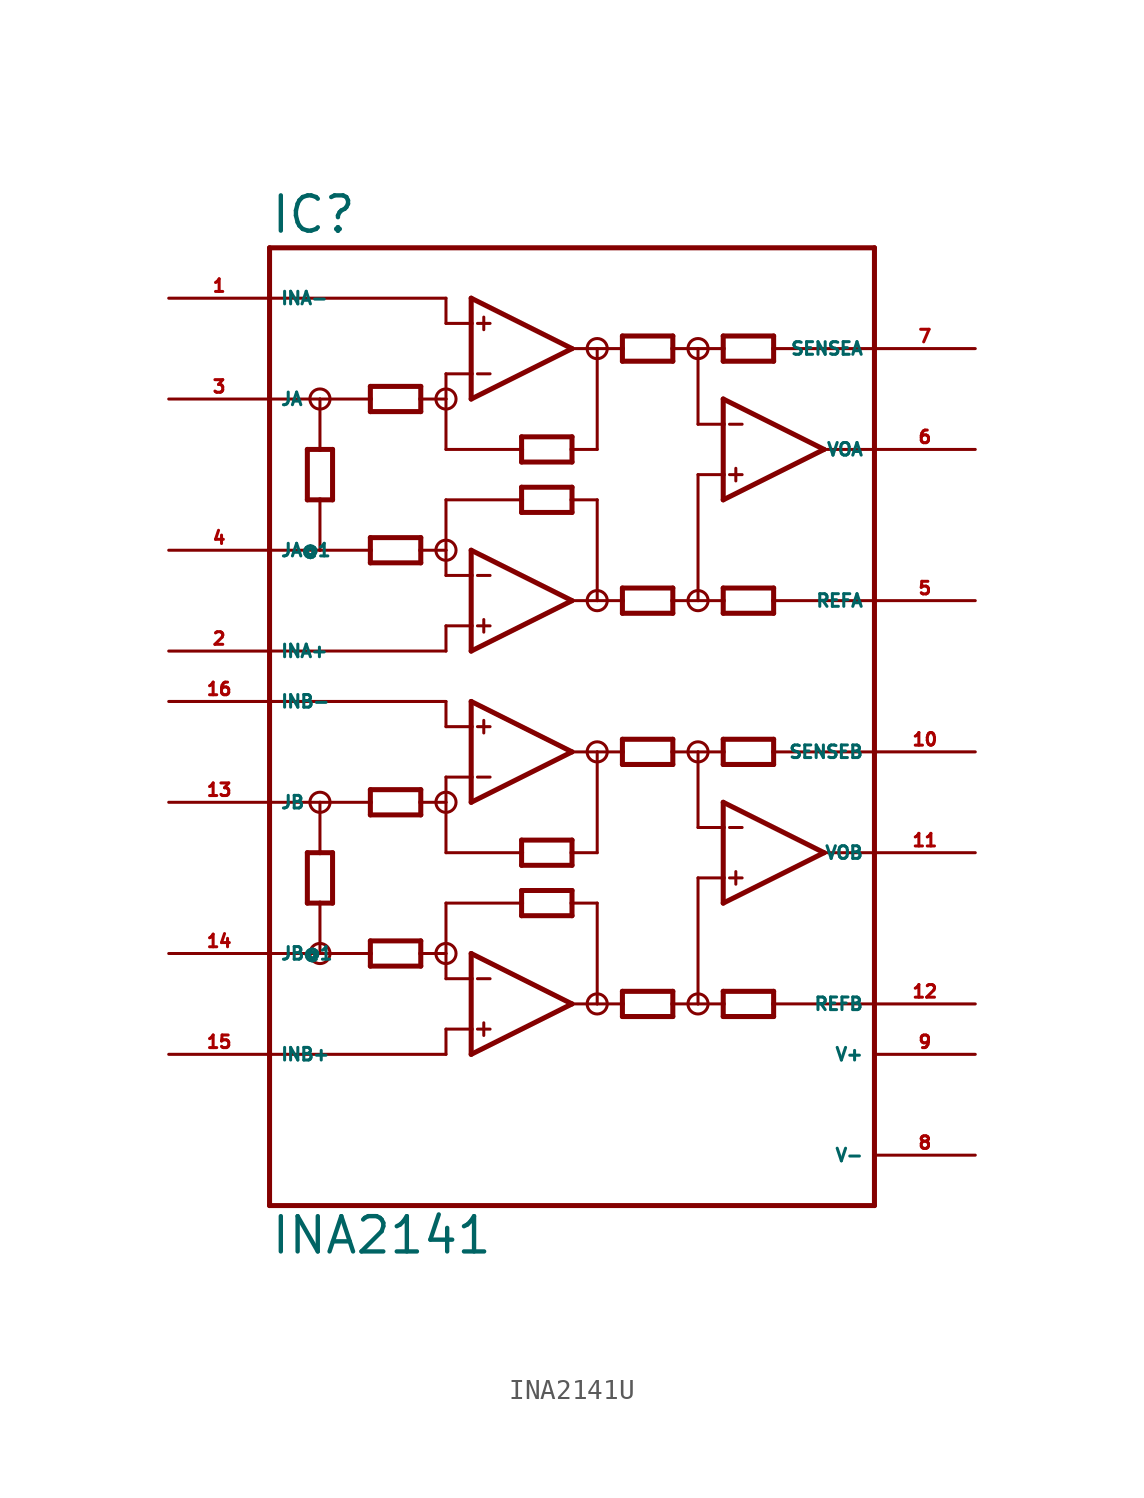
<source format=kicad_sym>
(kicad_symbol_lib
  (version 20220914)
  (generator Eagle2Kicad)
  (symbol "INA2141U"
    (property "Reference" "IC"
      (at -17.78 23.495 0)
      (effects (font (size 1.778 1.778) (thickness 0.22)) (justify left bottom)))
    (property "Value" "INA2141"
      (at -17.78 -27.94 0)
      (effects (font (size 1.778 1.778) (thickness 0.22)) (justify left bottom)))
    (polyline
      (pts (xy -7.62 15.24) (xy -7.62 16.51))
      (stroke (width 0.254) (type default))
      (fill (type none)))
    (polyline
      (pts (xy -7.62 16.51) (xy -7.62 19.05))
      (stroke (width 0.254) (type default))
      (fill (type none)))
    (polyline
      (pts (xy -7.62 19.05) (xy -7.62 20.32))
      (stroke (width 0.254) (type default))
      (fill (type none)))
    (polyline
      (pts (xy -7.62 20.32) (xy -2.54 17.78))
      (stroke (width 0.254) (type default))
      (fill (type none)))
    (polyline
      (pts (xy -2.54 17.78) (xy -7.62 15.24))
      (stroke (width 0.254) (type default))
      (fill (type none)))
    (polyline
      (pts (xy -2.54 12.065) (xy -2.54 12.7))
      (stroke (width 0.254) (type default))
      (fill (type none)))
    (polyline
      (pts (xy -2.54 12.7) (xy -2.54 13.335))
      (stroke (width 0.254) (type default))
      (fill (type none)))
    (polyline
      (pts (xy -2.54 13.335) (xy -5.08 13.335))
      (stroke (width 0.254) (type default))
      (fill (type none)))
    (polyline
      (pts (xy -5.08 13.335) (xy -5.08 12.7))
      (stroke (width 0.254) (type default))
      (fill (type none)))
    (polyline
      (pts (xy -5.08 12.7) (xy -5.08 12.065))
      (stroke (width 0.254) (type default))
      (fill (type none)))
    (polyline
      (pts (xy -5.08 12.065) (xy -2.54 12.065))
      (stroke (width 0.254) (type default))
      (fill (type none)))
    (polyline
      (pts (xy 0 17.145) (xy 0 17.78))
      (stroke (width 0.254) (type default))
      (fill (type none)))
    (polyline
      (pts (xy 0 17.78) (xy 0 18.415))
      (stroke (width 0.254) (type default))
      (fill (type none)))
    (polyline
      (pts (xy 0 18.415) (xy 2.54 18.415))
      (stroke (width 0.254) (type default))
      (fill (type none)))
    (polyline
      (pts (xy 2.54 18.415) (xy 2.54 17.78))
      (stroke (width 0.254) (type default))
      (fill (type none)))
    (polyline
      (pts (xy 2.54 17.78) (xy 2.54 17.145))
      (stroke (width 0.254) (type default))
      (fill (type none)))
    (polyline
      (pts (xy 2.54 17.145) (xy 0 17.145))
      (stroke (width 0.254) (type default))
      (fill (type none)))
    (polyline
      (pts (xy -7.62 19.05) (xy -8.89 19.05))
      (stroke (width 0.152) (type default))
      (fill (type none)))
    (polyline
      (pts (xy 7.62 18.415) (xy 7.62 17.78))
      (stroke (width 0.254) (type default))
      (fill (type none)))
    (polyline
      (pts (xy 7.62 17.78) (xy 7.62 17.145))
      (stroke (width 0.254) (type default))
      (fill (type none)))
    (polyline
      (pts (xy 7.62 17.145) (xy 5.08 17.145))
      (stroke (width 0.254) (type default))
      (fill (type none)))
    (polyline
      (pts (xy 5.08 17.145) (xy 5.08 17.78))
      (stroke (width 0.254) (type default))
      (fill (type none)))
    (polyline
      (pts (xy 5.08 17.78) (xy 5.08 18.415))
      (stroke (width 0.254) (type default))
      (fill (type none)))
    (polyline
      (pts (xy 5.08 18.415) (xy 7.62 18.415))
      (stroke (width 0.254) (type default))
      (fill (type none)))
    (polyline
      (pts (xy 5.08 5.715) (xy 5.08 5.08))
      (stroke (width 0.254) (type default))
      (fill (type none)))
    (polyline
      (pts (xy 5.08 5.08) (xy 5.08 4.445))
      (stroke (width 0.254) (type default))
      (fill (type none)))
    (polyline
      (pts (xy 5.08 4.445) (xy 7.62 4.445))
      (stroke (width 0.254) (type default))
      (fill (type none)))
    (polyline
      (pts (xy 7.62 4.445) (xy 7.62 5.08))
      (stroke (width 0.254) (type default))
      (fill (type none)))
    (polyline
      (pts (xy 7.62 5.08) (xy 7.62 5.715))
      (stroke (width 0.254) (type default))
      (fill (type none)))
    (polyline
      (pts (xy 7.62 5.715) (xy 5.08 5.715))
      (stroke (width 0.254) (type default))
      (fill (type none)))
    (polyline
      (pts (xy -7.62 16.51) (xy -8.89 16.51))
      (stroke (width 0.152) (type default))
      (fill (type none)))
    (polyline
      (pts (xy -7.303 19.05) (xy -6.668 19.05))
      (stroke (width 0.152) (type default))
      (fill (type none)))
    (polyline
      (pts (xy -7.303 16.51) (xy -6.668 16.51))
      (stroke (width 0.152) (type default))
      (fill (type none)))
    (polyline
      (pts (xy -6.985 19.367) (xy -6.985 18.733))
      (stroke (width 0.152) (type default))
      (fill (type none)))
    (polyline
      (pts (xy -7.62 2.54) (xy -7.62 3.81))
      (stroke (width 0.254) (type default))
      (fill (type none)))
    (polyline
      (pts (xy -7.62 3.81) (xy -7.62 6.35))
      (stroke (width 0.254) (type default))
      (fill (type none)))
    (polyline
      (pts (xy -7.62 6.35) (xy -7.62 7.62))
      (stroke (width 0.254) (type default))
      (fill (type none)))
    (polyline
      (pts (xy -7.62 7.62) (xy -2.54 5.08))
      (stroke (width 0.254) (type default))
      (fill (type none)))
    (polyline
      (pts (xy -2.54 5.08) (xy -7.62 2.54))
      (stroke (width 0.254) (type default))
      (fill (type none)))
    (polyline
      (pts (xy 2.54 4.445) (xy 2.54 5.08))
      (stroke (width 0.254) (type default))
      (fill (type none)))
    (polyline
      (pts (xy 2.54 5.08) (xy 2.54 5.715))
      (stroke (width 0.254) (type default))
      (fill (type none)))
    (polyline
      (pts (xy 2.54 5.715) (xy 0 5.715))
      (stroke (width 0.254) (type default))
      (fill (type none)))
    (polyline
      (pts (xy 0 5.715) (xy 0 5.08))
      (stroke (width 0.254) (type default))
      (fill (type none)))
    (polyline
      (pts (xy 0 5.08) (xy 0 4.445))
      (stroke (width 0.254) (type default))
      (fill (type none)))
    (polyline
      (pts (xy 0 4.445) (xy 2.54 4.445))
      (stroke (width 0.254) (type default))
      (fill (type none)))
    (polyline
      (pts (xy -5.08 9.525) (xy -5.08 10.16))
      (stroke (width 0.254) (type default))
      (fill (type none)))
    (polyline
      (pts (xy -5.08 10.16) (xy -5.08 10.795))
      (stroke (width 0.254) (type default))
      (fill (type none)))
    (polyline
      (pts (xy -5.08 10.795) (xy -2.54 10.795))
      (stroke (width 0.254) (type default))
      (fill (type none)))
    (polyline
      (pts (xy -2.54 10.795) (xy -2.54 10.16))
      (stroke (width 0.254) (type default))
      (fill (type none)))
    (polyline
      (pts (xy -2.54 10.16) (xy -2.54 9.525))
      (stroke (width 0.254) (type default))
      (fill (type none)))
    (polyline
      (pts (xy -2.54 9.525) (xy -5.08 9.525))
      (stroke (width 0.254) (type default))
      (fill (type none)))
    (polyline
      (pts (xy -7.62 6.35) (xy -8.89 6.35))
      (stroke (width 0.152) (type default))
      (fill (type none)))
    (polyline
      (pts (xy -7.62 3.81) (xy -8.89 3.81))
      (stroke (width 0.152) (type default))
      (fill (type none)))
    (polyline
      (pts (xy -7.303 6.35) (xy -6.668 6.35))
      (stroke (width 0.152) (type default))
      (fill (type none)))
    (polyline
      (pts (xy -7.303 3.81) (xy -6.668 3.81))
      (stroke (width 0.152) (type default))
      (fill (type none)))
    (polyline
      (pts (xy -6.985 4.128) (xy -6.985 3.493))
      (stroke (width 0.152) (type default))
      (fill (type none)))
    (polyline
      (pts (xy -8.89 19.05) (xy -8.89 20.32))
      (stroke (width 0.152) (type default))
      (fill (type none)))
    (polyline
      (pts (xy -8.89 20.32) (xy -17.78 20.32))
      (stroke (width 0.152) (type default))
      (fill (type none)))
    (polyline
      (pts (xy 5.08 10.16) (xy 5.08 11.43))
      (stroke (width 0.254) (type default))
      (fill (type none)))
    (polyline
      (pts (xy 5.08 11.43) (xy 5.08 13.97))
      (stroke (width 0.254) (type default))
      (fill (type none)))
    (polyline
      (pts (xy 5.08 13.97) (xy 5.08 15.24))
      (stroke (width 0.254) (type default))
      (fill (type none)))
    (polyline
      (pts (xy 5.08 15.24) (xy 10.16 12.7))
      (stroke (width 0.254) (type default))
      (fill (type none)))
    (polyline
      (pts (xy 10.16 12.7) (xy 5.08 10.16))
      (stroke (width 0.254) (type default))
      (fill (type none)))
    (polyline
      (pts (xy 5.08 11.43) (xy 3.81 11.43))
      (stroke (width 0.152) (type default))
      (fill (type none)))
    (polyline
      (pts (xy 5.397 13.97) (xy 6.032 13.97))
      (stroke (width 0.152) (type default))
      (fill (type none)))
    (polyline
      (pts (xy 5.397 11.43) (xy 6.032 11.43))
      (stroke (width 0.152) (type default))
      (fill (type none)))
    (polyline
      (pts (xy 5.715 11.748) (xy 5.715 11.113))
      (stroke (width 0.152) (type default))
      (fill (type none)))
    (polyline
      (pts (xy -2.54 17.78) (xy -1.27 17.78))
      (stroke (width 0.152) (type default))
      (fill (type none)))
    (polyline
      (pts (xy -1.27 17.78) (xy 0 17.78))
      (stroke (width 0.152) (type default))
      (fill (type none)))
    (polyline
      (pts (xy 2.54 17.78) (xy 3.81 17.78))
      (stroke (width 0.152) (type default))
      (fill (type none)))
    (polyline
      (pts (xy 3.81 17.78) (xy 5.08 17.78))
      (stroke (width 0.152) (type default))
      (fill (type none)))
    (polyline
      (pts (xy 10.16 12.7) (xy 12.7 12.7))
      (stroke (width 0.152) (type default))
      (fill (type none)))
    (polyline
      (pts (xy -8.89 16.51) (xy -8.89 15.24))
      (stroke (width 0.152) (type default))
      (fill (type none)))
    (polyline
      (pts (xy -8.89 15.24) (xy -8.89 12.7))
      (stroke (width 0.152) (type default))
      (fill (type none)))
    (polyline
      (pts (xy -8.89 12.7) (xy -5.08 12.7))
      (stroke (width 0.152) (type default))
      (fill (type none)))
    (polyline
      (pts (xy -1.27 17.78) (xy -1.27 12.7))
      (stroke (width 0.152) (type default))
      (fill (type none)))
    (polyline
      (pts (xy -1.27 12.7) (xy -2.54 12.7))
      (stroke (width 0.152) (type default))
      (fill (type none)))
    (polyline
      (pts (xy 3.81 17.78) (xy 3.81 13.97))
      (stroke (width 0.152) (type default))
      (fill (type none)))
    (polyline
      (pts (xy 3.81 13.97) (xy 5.08 13.97))
      (stroke (width 0.152) (type default))
      (fill (type none)))
    (polyline
      (pts (xy -5.08 10.16) (xy -8.89 10.16))
      (stroke (width 0.152) (type default))
      (fill (type none)))
    (polyline
      (pts (xy -8.89 10.16) (xy -8.89 7.62))
      (stroke (width 0.152) (type default))
      (fill (type none)))
    (polyline
      (pts (xy -8.89 7.62) (xy -8.89 6.35))
      (stroke (width 0.152) (type default))
      (fill (type none)))
    (polyline
      (pts (xy -2.54 10.16) (xy -1.27 10.16))
      (stroke (width 0.152) (type default))
      (fill (type none)))
    (polyline
      (pts (xy -1.27 10.16) (xy -1.27 5.08))
      (stroke (width 0.152) (type default))
      (fill (type none)))
    (polyline
      (pts (xy -1.27 5.08) (xy -2.54 5.08))
      (stroke (width 0.152) (type default))
      (fill (type none)))
    (polyline
      (pts (xy -1.27 5.08) (xy 0 5.08))
      (stroke (width 0.152) (type default))
      (fill (type none)))
    (polyline
      (pts (xy 2.54 5.08) (xy 3.81 5.08))
      (stroke (width 0.152) (type default))
      (fill (type none)))
    (polyline
      (pts (xy 3.81 5.08) (xy 5.08 5.08))
      (stroke (width 0.152) (type default))
      (fill (type none)))
    (polyline
      (pts (xy -8.89 3.81) (xy -8.89 2.54))
      (stroke (width 0.152) (type default))
      (fill (type none)))
    (polyline
      (pts (xy -8.89 2.54) (xy -17.78 2.54))
      (stroke (width 0.152) (type default))
      (fill (type none)))
    (polyline
      (pts (xy 3.81 11.43) (xy 3.81 5.08))
      (stroke (width 0.152) (type default))
      (fill (type none)))
    (polyline
      (pts (xy 7.62 5.08) (xy 12.7 5.08))
      (stroke (width 0.152) (type default))
      (fill (type none)))
    (polyline
      (pts (xy -10.16 14.605) (xy -10.16 15.24))
      (stroke (width 0.254) (type default))
      (fill (type none)))
    (polyline
      (pts (xy -10.16 15.24) (xy -10.16 15.875))
      (stroke (width 0.254) (type default))
      (fill (type none)))
    (polyline
      (pts (xy -10.16 15.875) (xy -12.7 15.875))
      (stroke (width 0.254) (type default))
      (fill (type none)))
    (polyline
      (pts (xy -12.7 15.875) (xy -12.7 15.24))
      (stroke (width 0.254) (type default))
      (fill (type none)))
    (polyline
      (pts (xy -12.7 15.24) (xy -12.7 14.605))
      (stroke (width 0.254) (type default))
      (fill (type none)))
    (polyline
      (pts (xy -12.7 14.605) (xy -10.16 14.605))
      (stroke (width 0.254) (type default))
      (fill (type none)))
    (polyline
      (pts (xy -10.16 6.985) (xy -10.16 7.62))
      (stroke (width 0.254) (type default))
      (fill (type none)))
    (polyline
      (pts (xy -10.16 7.62) (xy -10.16 8.255))
      (stroke (width 0.254) (type default))
      (fill (type none)))
    (polyline
      (pts (xy -10.16 8.255) (xy -12.7 8.255))
      (stroke (width 0.254) (type default))
      (fill (type none)))
    (polyline
      (pts (xy -12.7 8.255) (xy -12.7 7.62))
      (stroke (width 0.254) (type default))
      (fill (type none)))
    (polyline
      (pts (xy -12.7 7.62) (xy -12.7 6.985))
      (stroke (width 0.254) (type default))
      (fill (type none)))
    (polyline
      (pts (xy -12.7 6.985) (xy -10.16 6.985))
      (stroke (width 0.254) (type default))
      (fill (type none)))
    (polyline
      (pts (xy -8.89 7.62) (xy -10.16 7.62))
      (stroke (width 0.152) (type default))
      (fill (type none)))
    (polyline
      (pts (xy -14.605 12.7) (xy -15.24 12.7))
      (stroke (width 0.254) (type default))
      (fill (type none)))
    (polyline
      (pts (xy -15.24 12.7) (xy -15.875 12.7))
      (stroke (width 0.254) (type default))
      (fill (type none)))
    (polyline
      (pts (xy -15.875 12.7) (xy -15.875 10.16))
      (stroke (width 0.254) (type default))
      (fill (type none)))
    (polyline
      (pts (xy -15.875 10.16) (xy -15.24 10.16))
      (stroke (width 0.254) (type default))
      (fill (type none)))
    (polyline
      (pts (xy -15.24 10.16) (xy -14.605 10.16))
      (stroke (width 0.254) (type default))
      (fill (type none)))
    (polyline
      (pts (xy -14.605 10.16) (xy -14.605 12.7))
      (stroke (width 0.254) (type default))
      (fill (type none)))
    (polyline
      (pts (xy -15.24 7.62) (xy -15.24 10.16))
      (stroke (width 0.152) (type default))
      (fill (type none)))
    (polyline
      (pts (xy -15.24 15.24) (xy -15.24 12.7))
      (stroke (width 0.152) (type default))
      (fill (type none)))
    (polyline
      (pts (xy -17.78 15.24) (xy -15.24 15.24))
      (stroke (width 0.152) (type default))
      (fill (type none)))
    (polyline
      (pts (xy -15.24 15.24) (xy -12.7 15.24))
      (stroke (width 0.152) (type default))
      (fill (type none)))
    (polyline
      (pts (xy -17.78 7.62) (xy -15.24 7.62))
      (stroke (width 0.152) (type default))
      (fill (type none)))
    (polyline
      (pts (xy -15.24 7.62) (xy -12.7 7.62))
      (stroke (width 0.152) (type default))
      (fill (type none)))
    (polyline
      (pts (xy -10.16 15.24) (xy -8.89 15.24))
      (stroke (width 0.152) (type default))
      (fill (type none)))
    (polyline
      (pts (xy -7.62 -5.08) (xy -7.62 -3.81))
      (stroke (width 0.254) (type default))
      (fill (type none)))
    (polyline
      (pts (xy -7.62 -3.81) (xy -7.62 -1.27))
      (stroke (width 0.254) (type default))
      (fill (type none)))
    (polyline
      (pts (xy -7.62 -1.27) (xy -7.62 0))
      (stroke (width 0.254) (type default))
      (fill (type none)))
    (polyline
      (pts (xy -7.62 0) (xy -2.54 -2.54))
      (stroke (width 0.254) (type default))
      (fill (type none)))
    (polyline
      (pts (xy -2.54 -2.54) (xy -7.62 -5.08))
      (stroke (width 0.254) (type default))
      (fill (type none)))
    (polyline
      (pts (xy -2.54 -8.255) (xy -2.54 -7.62))
      (stroke (width 0.254) (type default))
      (fill (type none)))
    (polyline
      (pts (xy -2.54 -7.62) (xy -2.54 -6.985))
      (stroke (width 0.254) (type default))
      (fill (type none)))
    (polyline
      (pts (xy -2.54 -6.985) (xy -5.08 -6.985))
      (stroke (width 0.254) (type default))
      (fill (type none)))
    (polyline
      (pts (xy -5.08 -6.985) (xy -5.08 -7.62))
      (stroke (width 0.254) (type default))
      (fill (type none)))
    (polyline
      (pts (xy -5.08 -7.62) (xy -5.08 -8.255))
      (stroke (width 0.254) (type default))
      (fill (type none)))
    (polyline
      (pts (xy -5.08 -8.255) (xy -2.54 -8.255))
      (stroke (width 0.254) (type default))
      (fill (type none)))
    (polyline
      (pts (xy 0 -3.175) (xy 0 -2.54))
      (stroke (width 0.254) (type default))
      (fill (type none)))
    (polyline
      (pts (xy 0 -2.54) (xy 0 -1.905))
      (stroke (width 0.254) (type default))
      (fill (type none)))
    (polyline
      (pts (xy 0 -1.905) (xy 2.54 -1.905))
      (stroke (width 0.254) (type default))
      (fill (type none)))
    (polyline
      (pts (xy 2.54 -1.905) (xy 2.54 -2.54))
      (stroke (width 0.254) (type default))
      (fill (type none)))
    (polyline
      (pts (xy 2.54 -2.54) (xy 2.54 -3.175))
      (stroke (width 0.254) (type default))
      (fill (type none)))
    (polyline
      (pts (xy 2.54 -3.175) (xy 0 -3.175))
      (stroke (width 0.254) (type default))
      (fill (type none)))
    (polyline
      (pts (xy -7.62 -1.27) (xy -8.89 -1.27))
      (stroke (width 0.152) (type default))
      (fill (type none)))
    (polyline
      (pts (xy 7.62 -1.905) (xy 7.62 -2.54))
      (stroke (width 0.254) (type default))
      (fill (type none)))
    (polyline
      (pts (xy 7.62 -2.54) (xy 7.62 -3.175))
      (stroke (width 0.254) (type default))
      (fill (type none)))
    (polyline
      (pts (xy 7.62 -3.175) (xy 5.08 -3.175))
      (stroke (width 0.254) (type default))
      (fill (type none)))
    (polyline
      (pts (xy 5.08 -3.175) (xy 5.08 -2.54))
      (stroke (width 0.254) (type default))
      (fill (type none)))
    (polyline
      (pts (xy 5.08 -2.54) (xy 5.08 -1.905))
      (stroke (width 0.254) (type default))
      (fill (type none)))
    (polyline
      (pts (xy 5.08 -1.905) (xy 7.62 -1.905))
      (stroke (width 0.254) (type default))
      (fill (type none)))
    (polyline
      (pts (xy 5.08 -14.605) (xy 5.08 -15.24))
      (stroke (width 0.254) (type default))
      (fill (type none)))
    (polyline
      (pts (xy 5.08 -15.24) (xy 5.08 -15.875))
      (stroke (width 0.254) (type default))
      (fill (type none)))
    (polyline
      (pts (xy 5.08 -15.875) (xy 7.62 -15.875))
      (stroke (width 0.254) (type default))
      (fill (type none)))
    (polyline
      (pts (xy 7.62 -15.875) (xy 7.62 -15.24))
      (stroke (width 0.254) (type default))
      (fill (type none)))
    (polyline
      (pts (xy 7.62 -15.24) (xy 7.62 -14.605))
      (stroke (width 0.254) (type default))
      (fill (type none)))
    (polyline
      (pts (xy 7.62 -14.605) (xy 5.08 -14.605))
      (stroke (width 0.254) (type default))
      (fill (type none)))
    (polyline
      (pts (xy -7.62 -3.81) (xy -8.89 -3.81))
      (stroke (width 0.152) (type default))
      (fill (type none)))
    (polyline
      (pts (xy -7.303 -1.27) (xy -6.668 -1.27))
      (stroke (width 0.152) (type default))
      (fill (type none)))
    (polyline
      (pts (xy -7.303 -3.81) (xy -6.668 -3.81))
      (stroke (width 0.152) (type default))
      (fill (type none)))
    (polyline
      (pts (xy -6.985 -0.953) (xy -6.985 -1.587))
      (stroke (width 0.152) (type default))
      (fill (type none)))
    (polyline
      (pts (xy -7.62 -17.78) (xy -7.62 -16.51))
      (stroke (width 0.254) (type default))
      (fill (type none)))
    (polyline
      (pts (xy -7.62 -16.51) (xy -7.62 -13.97))
      (stroke (width 0.254) (type default))
      (fill (type none)))
    (polyline
      (pts (xy -7.62 -13.97) (xy -7.62 -12.7))
      (stroke (width 0.254) (type default))
      (fill (type none)))
    (polyline
      (pts (xy -7.62 -12.7) (xy -2.54 -15.24))
      (stroke (width 0.254) (type default))
      (fill (type none)))
    (polyline
      (pts (xy -2.54 -15.24) (xy -7.62 -17.78))
      (stroke (width 0.254) (type default))
      (fill (type none)))
    (polyline
      (pts (xy 2.54 -15.875) (xy 2.54 -15.24))
      (stroke (width 0.254) (type default))
      (fill (type none)))
    (polyline
      (pts (xy 2.54 -15.24) (xy 2.54 -14.605))
      (stroke (width 0.254) (type default))
      (fill (type none)))
    (polyline
      (pts (xy 2.54 -14.605) (xy 0 -14.605))
      (stroke (width 0.254) (type default))
      (fill (type none)))
    (polyline
      (pts (xy 0 -14.605) (xy 0 -15.24))
      (stroke (width 0.254) (type default))
      (fill (type none)))
    (polyline
      (pts (xy 0 -15.24) (xy 0 -15.875))
      (stroke (width 0.254) (type default))
      (fill (type none)))
    (polyline
      (pts (xy 0 -15.875) (xy 2.54 -15.875))
      (stroke (width 0.254) (type default))
      (fill (type none)))
    (polyline
      (pts (xy -5.08 -10.795) (xy -5.08 -10.16))
      (stroke (width 0.254) (type default))
      (fill (type none)))
    (polyline
      (pts (xy -5.08 -10.16) (xy -5.08 -9.525))
      (stroke (width 0.254) (type default))
      (fill (type none)))
    (polyline
      (pts (xy -5.08 -9.525) (xy -2.54 -9.525))
      (stroke (width 0.254) (type default))
      (fill (type none)))
    (polyline
      (pts (xy -2.54 -9.525) (xy -2.54 -10.16))
      (stroke (width 0.254) (type default))
      (fill (type none)))
    (polyline
      (pts (xy -2.54 -10.16) (xy -2.54 -10.795))
      (stroke (width 0.254) (type default))
      (fill (type none)))
    (polyline
      (pts (xy -2.54 -10.795) (xy -5.08 -10.795))
      (stroke (width 0.254) (type default))
      (fill (type none)))
    (polyline
      (pts (xy -7.62 -13.97) (xy -8.89 -13.97))
      (stroke (width 0.152) (type default))
      (fill (type none)))
    (polyline
      (pts (xy -7.62 -16.51) (xy -8.89 -16.51))
      (stroke (width 0.152) (type default))
      (fill (type none)))
    (polyline
      (pts (xy -7.303 -13.97) (xy -6.668 -13.97))
      (stroke (width 0.152) (type default))
      (fill (type none)))
    (polyline
      (pts (xy -7.303 -16.51) (xy -6.668 -16.51))
      (stroke (width 0.152) (type default))
      (fill (type none)))
    (polyline
      (pts (xy -6.985 -16.192) (xy -6.985 -16.828))
      (stroke (width 0.152) (type default))
      (fill (type none)))
    (polyline
      (pts (xy -8.89 -1.27) (xy -8.89 0))
      (stroke (width 0.152) (type default))
      (fill (type none)))
    (polyline
      (pts (xy -8.89 0) (xy -17.78 0))
      (stroke (width 0.152) (type default))
      (fill (type none)))
    (polyline
      (pts (xy 5.08 -10.16) (xy 5.08 -8.89))
      (stroke (width 0.254) (type default))
      (fill (type none)))
    (polyline
      (pts (xy 5.08 -8.89) (xy 5.08 -6.35))
      (stroke (width 0.254) (type default))
      (fill (type none)))
    (polyline
      (pts (xy 5.08 -6.35) (xy 5.08 -5.08))
      (stroke (width 0.254) (type default))
      (fill (type none)))
    (polyline
      (pts (xy 5.08 -5.08) (xy 10.16 -7.62))
      (stroke (width 0.254) (type default))
      (fill (type none)))
    (polyline
      (pts (xy 10.16 -7.62) (xy 5.08 -10.16))
      (stroke (width 0.254) (type default))
      (fill (type none)))
    (polyline
      (pts (xy 5.08 -8.89) (xy 3.81 -8.89))
      (stroke (width 0.152) (type default))
      (fill (type none)))
    (polyline
      (pts (xy 5.397 -6.35) (xy 6.032 -6.35))
      (stroke (width 0.152) (type default))
      (fill (type none)))
    (polyline
      (pts (xy 5.397 -8.89) (xy 6.032 -8.89))
      (stroke (width 0.152) (type default))
      (fill (type none)))
    (polyline
      (pts (xy 5.715 -8.572) (xy 5.715 -9.207))
      (stroke (width 0.152) (type default))
      (fill (type none)))
    (polyline
      (pts (xy -2.54 -2.54) (xy -1.27 -2.54))
      (stroke (width 0.152) (type default))
      (fill (type none)))
    (polyline
      (pts (xy -1.27 -2.54) (xy 0 -2.54))
      (stroke (width 0.152) (type default))
      (fill (type none)))
    (polyline
      (pts (xy 2.54 -2.54) (xy 3.81 -2.54))
      (stroke (width 0.152) (type default))
      (fill (type none)))
    (polyline
      (pts (xy 3.81 -2.54) (xy 5.08 -2.54))
      (stroke (width 0.152) (type default))
      (fill (type none)))
    (polyline
      (pts (xy 10.16 -7.62) (xy 12.7 -7.62))
      (stroke (width 0.152) (type default))
      (fill (type none)))
    (polyline
      (pts (xy -8.89 -3.81) (xy -8.89 -5.08))
      (stroke (width 0.152) (type default))
      (fill (type none)))
    (polyline
      (pts (xy -8.89 -5.08) (xy -8.89 -7.62))
      (stroke (width 0.152) (type default))
      (fill (type none)))
    (polyline
      (pts (xy -8.89 -7.62) (xy -5.08 -7.62))
      (stroke (width 0.152) (type default))
      (fill (type none)))
    (polyline
      (pts (xy -1.27 -2.54) (xy -1.27 -7.62))
      (stroke (width 0.152) (type default))
      (fill (type none)))
    (polyline
      (pts (xy -1.27 -7.62) (xy -2.54 -7.62))
      (stroke (width 0.152) (type default))
      (fill (type none)))
    (polyline
      (pts (xy 3.81 -2.54) (xy 3.81 -6.35))
      (stroke (width 0.152) (type default))
      (fill (type none)))
    (polyline
      (pts (xy 3.81 -6.35) (xy 5.08 -6.35))
      (stroke (width 0.152) (type default))
      (fill (type none)))
    (polyline
      (pts (xy -5.08 -10.16) (xy -8.89 -10.16))
      (stroke (width 0.152) (type default))
      (fill (type none)))
    (polyline
      (pts (xy -8.89 -10.16) (xy -8.89 -12.7))
      (stroke (width 0.152) (type default))
      (fill (type none)))
    (polyline
      (pts (xy -8.89 -12.7) (xy -8.89 -13.97))
      (stroke (width 0.152) (type default))
      (fill (type none)))
    (polyline
      (pts (xy -2.54 -10.16) (xy -1.27 -10.16))
      (stroke (width 0.152) (type default))
      (fill (type none)))
    (polyline
      (pts (xy -1.27 -10.16) (xy -1.27 -15.24))
      (stroke (width 0.152) (type default))
      (fill (type none)))
    (polyline
      (pts (xy -1.27 -15.24) (xy -2.54 -15.24))
      (stroke (width 0.152) (type default))
      (fill (type none)))
    (polyline
      (pts (xy -1.27 -15.24) (xy 0 -15.24))
      (stroke (width 0.152) (type default))
      (fill (type none)))
    (polyline
      (pts (xy 2.54 -15.24) (xy 3.81 -15.24))
      (stroke (width 0.152) (type default))
      (fill (type none)))
    (polyline
      (pts (xy 3.81 -15.24) (xy 5.08 -15.24))
      (stroke (width 0.152) (type default))
      (fill (type none)))
    (polyline
      (pts (xy -8.89 -16.51) (xy -8.89 -17.78))
      (stroke (width 0.152) (type default))
      (fill (type none)))
    (polyline
      (pts (xy -8.89 -17.78) (xy -17.78 -17.78))
      (stroke (width 0.152) (type default))
      (fill (type none)))
    (polyline
      (pts (xy 3.81 -8.89) (xy 3.81 -15.24))
      (stroke (width 0.152) (type default))
      (fill (type none)))
    (polyline
      (pts (xy 7.62 -15.24) (xy 12.7 -15.24))
      (stroke (width 0.152) (type default))
      (fill (type none)))
    (polyline
      (pts (xy -10.16 -5.715) (xy -10.16 -5.08))
      (stroke (width 0.254) (type default))
      (fill (type none)))
    (polyline
      (pts (xy -10.16 -5.08) (xy -10.16 -4.445))
      (stroke (width 0.254) (type default))
      (fill (type none)))
    (polyline
      (pts (xy -10.16 -4.445) (xy -12.7 -4.445))
      (stroke (width 0.254) (type default))
      (fill (type none)))
    (polyline
      (pts (xy -12.7 -4.445) (xy -12.7 -5.08))
      (stroke (width 0.254) (type default))
      (fill (type none)))
    (polyline
      (pts (xy -12.7 -5.08) (xy -12.7 -5.715))
      (stroke (width 0.254) (type default))
      (fill (type none)))
    (polyline
      (pts (xy -12.7 -5.715) (xy -10.16 -5.715))
      (stroke (width 0.254) (type default))
      (fill (type none)))
    (polyline
      (pts (xy -10.16 -13.335) (xy -10.16 -12.7))
      (stroke (width 0.254) (type default))
      (fill (type none)))
    (polyline
      (pts (xy -10.16 -12.7) (xy -10.16 -12.065))
      (stroke (width 0.254) (type default))
      (fill (type none)))
    (polyline
      (pts (xy -10.16 -12.065) (xy -12.7 -12.065))
      (stroke (width 0.254) (type default))
      (fill (type none)))
    (polyline
      (pts (xy -12.7 -12.065) (xy -12.7 -12.7))
      (stroke (width 0.254) (type default))
      (fill (type none)))
    (polyline
      (pts (xy -12.7 -12.7) (xy -12.7 -13.335))
      (stroke (width 0.254) (type default))
      (fill (type none)))
    (polyline
      (pts (xy -12.7 -13.335) (xy -10.16 -13.335))
      (stroke (width 0.254) (type default))
      (fill (type none)))
    (polyline
      (pts (xy -8.89 -12.7) (xy -10.16 -12.7))
      (stroke (width 0.152) (type default))
      (fill (type none)))
    (polyline
      (pts (xy -14.605 -7.62) (xy -15.24 -7.62))
      (stroke (width 0.254) (type default))
      (fill (type none)))
    (polyline
      (pts (xy -15.24 -7.62) (xy -15.875 -7.62))
      (stroke (width 0.254) (type default))
      (fill (type none)))
    (polyline
      (pts (xy -15.875 -7.62) (xy -15.875 -10.16))
      (stroke (width 0.254) (type default))
      (fill (type none)))
    (polyline
      (pts (xy -15.875 -10.16) (xy -15.24 -10.16))
      (stroke (width 0.254) (type default))
      (fill (type none)))
    (polyline
      (pts (xy -15.24 -10.16) (xy -14.605 -10.16))
      (stroke (width 0.254) (type default))
      (fill (type none)))
    (polyline
      (pts (xy -14.605 -10.16) (xy -14.605 -7.62))
      (stroke (width 0.254) (type default))
      (fill (type none)))
    (polyline
      (pts (xy -15.24 -12.7) (xy -15.24 -10.16))
      (stroke (width 0.152) (type default))
      (fill (type none)))
    (polyline
      (pts (xy -15.24 -5.08) (xy -15.24 -7.62))
      (stroke (width 0.152) (type default))
      (fill (type none)))
    (polyline
      (pts (xy -17.78 -5.08) (xy -15.24 -5.08))
      (stroke (width 0.152) (type default))
      (fill (type none)))
    (polyline
      (pts (xy -15.24 -5.08) (xy -12.7 -5.08))
      (stroke (width 0.152) (type default))
      (fill (type none)))
    (polyline
      (pts (xy -17.78 -12.7) (xy -15.24 -12.7))
      (stroke (width 0.152) (type default))
      (fill (type none)))
    (polyline
      (pts (xy -15.24 -12.7) (xy -12.7 -12.7))
      (stroke (width 0.152) (type default))
      (fill (type none)))
    (polyline
      (pts (xy -10.16 -5.08) (xy -8.89 -5.08))
      (stroke (width 0.152) (type default))
      (fill (type none)))
    (polyline
      (pts (xy -17.78 -25.4) (xy -17.78 22.86))
      (stroke (width 0.254) (type default))
      (fill (type none)))
    (polyline
      (pts (xy -17.78 22.86) (xy 12.7 22.86))
      (stroke (width 0.254) (type default))
      (fill (type none)))
    (polyline
      (pts (xy 12.7 22.86) (xy 12.7 17.78))
      (stroke (width 0.254) (type default))
      (fill (type none)))
    (polyline
      (pts (xy 12.7 17.78) (xy 12.7 -2.54))
      (stroke (width 0.254) (type default))
      (fill (type none)))
    (polyline
      (pts (xy 12.7 -2.54) (xy 12.7 -25.4))
      (stroke (width 0.254) (type default))
      (fill (type none)))
    (polyline
      (pts (xy 12.7 -25.4) (xy -17.78 -25.4))
      (stroke (width 0.254) (type default))
      (fill (type none)))
    (polyline
      (pts (xy 12.7 17.78) (xy 7.62 17.78))
      (stroke (width 0.152) (type default))
      (fill (type none)))
    (polyline
      (pts (xy 12.7 -2.54) (xy 7.62 -2.54))
      (stroke (width 0.152) (type default))
      (fill (type none)))
    (circle
      (center -15.24 -5.08)
      (radius 0.508)
      (stroke (width 0) (type default))
      (fill (type none)))
    (circle
      (center -8.89 -5.08)
      (radius 0.508)
      (stroke (width 0) (type default))
      (fill (type none)))
    (circle
      (center -15.24 -12.7)
      (radius 0.508)
      (stroke (width 0) (type default))
      (fill (type none)))
    (circle
      (center -8.89 -12.7)
      (radius 0.508)
      (stroke (width 0) (type default))
      (fill (type none)))
    (circle
      (center -15.24 15.24)
      (radius 0.508)
      (stroke (width 0) (type default))
      (fill (type none)))
    (circle
      (center -8.89 15.24)
      (radius 0.508)
      (stroke (width 0) (type default))
      (fill (type none)))
    (circle
      (center -8.89 7.62)
      (radius 0.508)
      (stroke (width 0) (type default))
      (fill (type none)))
    (circle
      (center -1.27 17.78)
      (radius 0.508)
      (stroke (width 0) (type default))
      (fill (type none)))
    (circle
      (center 3.81 17.78)
      (radius 0.508)
      (stroke (width 0) (type default))
      (fill (type none)))
    (circle
      (center -1.27 5.08)
      (radius 0.508)
      (stroke (width 0) (type default))
      (fill (type none)))
    (circle
      (center 3.81 5.08)
      (radius 0.508)
      (stroke (width 0) (type default))
      (fill (type none)))
    (circle
      (center -1.27 -2.54)
      (radius 0.508)
      (stroke (width 0) (type default))
      (fill (type none)))
    (circle
      (center 3.81 -2.54)
      (radius 0.508)
      (stroke (width 0) (type default))
      (fill (type none)))
    (circle
      (center -1.27 -15.24)
      (radius 0.508)
      (stroke (width 0) (type default))
      (fill (type none)))
    (circle
      (center 3.81 -15.24)
      (radius 0.508)
      (stroke (width 0) (type default))
      (fill (type none)))
    (pin input line
      (at -22.86 20.32 0)
      (length 5.08)
      (name "INA-" (effects (font (size 0.635 0.635) (thickness 0.08)) (justify left bottom)))
      (number "1" (effects (font (size 0.635 0.635) (thickness 0.08)) (justify left bottom))))
    (pin input line
      (at -22.86 2.54 0)
      (length 5.08)
      (name "INA+" (effects (font (size 0.635 0.635) (thickness 0.08)) (justify left bottom)))
      (number "2" (effects (font (size 0.635 0.635) (thickness 0.08)) (justify left bottom))))
    (pin input line
      (at -22.86 0 0)
      (length 5.08)
      (name "INB-" (effects (font (size 0.635 0.635) (thickness 0.08)) (justify left bottom)))
      (number "16" (effects (font (size 0.635 0.635) (thickness 0.08)) (justify left bottom))))
    (pin input line
      (at -22.86 -17.78 0)
      (length 5.08)
      (name "INB+" (effects (font (size 0.635 0.635) (thickness 0.08)) (justify left bottom)))
      (number "15" (effects (font (size 0.635 0.635) (thickness 0.08)) (justify left bottom))))
    (pin unspecified line
      (at 17.78 -17.78 180)
      (length 5.08)
      (name "V+" (effects (font (size 0.635 0.635) (thickness 0.08)) (justify left bottom)))
      (number "9" (effects (font (size 0.635 0.635) (thickness 0.08)) (justify left bottom))))
    (pin unspecified line
      (at 17.78 -22.86 180)
      (length 5.08)
      (name "V-" (effects (font (size 0.635 0.635) (thickness 0.08)) (justify left bottom)))
      (number "8" (effects (font (size 0.635 0.635) (thickness 0.08)) (justify left bottom))))
    (pin passive line
      (at -22.86 15.24 0)
      (length 5.08)
      (name "JA" (effects (font (size 0.635 0.635) (thickness 0.08)) (justify left bottom)))
      (number "3" (effects (font (size 0.635 0.635) (thickness 0.08)) (justify left bottom))))
    (pin passive line
      (at -22.86 7.62 0)
      (length 5.08)
      (name "JA@1" (effects (font (size 0.635 0.635) (thickness 0.08)) (justify left bottom)))
      (number "4" (effects (font (size 0.635 0.635) (thickness 0.08)) (justify left bottom))))
    (pin passive line
      (at -22.86 -5.08 0)
      (length 5.08)
      (name "JB" (effects (font (size 0.635 0.635) (thickness 0.08)) (justify left bottom)))
      (number "13" (effects (font (size 0.635 0.635) (thickness 0.08)) (justify left bottom))))
    (pin passive line
      (at -22.86 -12.7 0)
      (length 5.08)
      (name "JB@1" (effects (font (size 0.635 0.635) (thickness 0.08)) (justify left bottom)))
      (number "14" (effects (font (size 0.635 0.635) (thickness 0.08)) (justify left bottom))))
    (pin output line
      (at 17.78 12.7 180)
      (length 5.08)
      (name "VOA" (effects (font (size 0.635 0.635) (thickness 0.08)) (justify left bottom)))
      (number "6" (effects (font (size 0.635 0.635) (thickness 0.08)) (justify left bottom))))
    (pin output line
      (at 17.78 -7.62 180)
      (length 5.08)
      (name "VOB" (effects (font (size 0.635 0.635) (thickness 0.08)) (justify left bottom)))
      (number "11" (effects (font (size 0.635 0.635) (thickness 0.08)) (justify left bottom))))
    (pin input line
      (at 17.78 5.08 180)
      (length 5.08)
      (name "REFA" (effects (font (size 0.635 0.635) (thickness 0.08)) (justify left bottom)))
      (number "5" (effects (font (size 0.635 0.635) (thickness 0.08)) (justify left bottom))))
    (pin input line
      (at 17.78 -15.24 180)
      (length 5.08)
      (name "REFB" (effects (font (size 0.635 0.635) (thickness 0.08)) (justify left bottom)))
      (number "12" (effects (font (size 0.635 0.635) (thickness 0.08)) (justify left bottom))))
    (pin input line
      (at 17.78 17.78 180)
      (length 5.08)
      (name "SENSEA" (effects (font (size 0.635 0.635) (thickness 0.08)) (justify left bottom)))
      (number "7" (effects (font (size 0.635 0.635) (thickness 0.08)) (justify left bottom))))
    (pin input line
      (at 17.78 -2.54 180)
      (length 5.08)
      (name "SENSEB" (effects (font (size 0.635 0.635) (thickness 0.08)) (justify left bottom)))
      (number "10" (effects (font (size 0.635 0.635) (thickness 0.08)) (justify left bottom))))))
</source>
